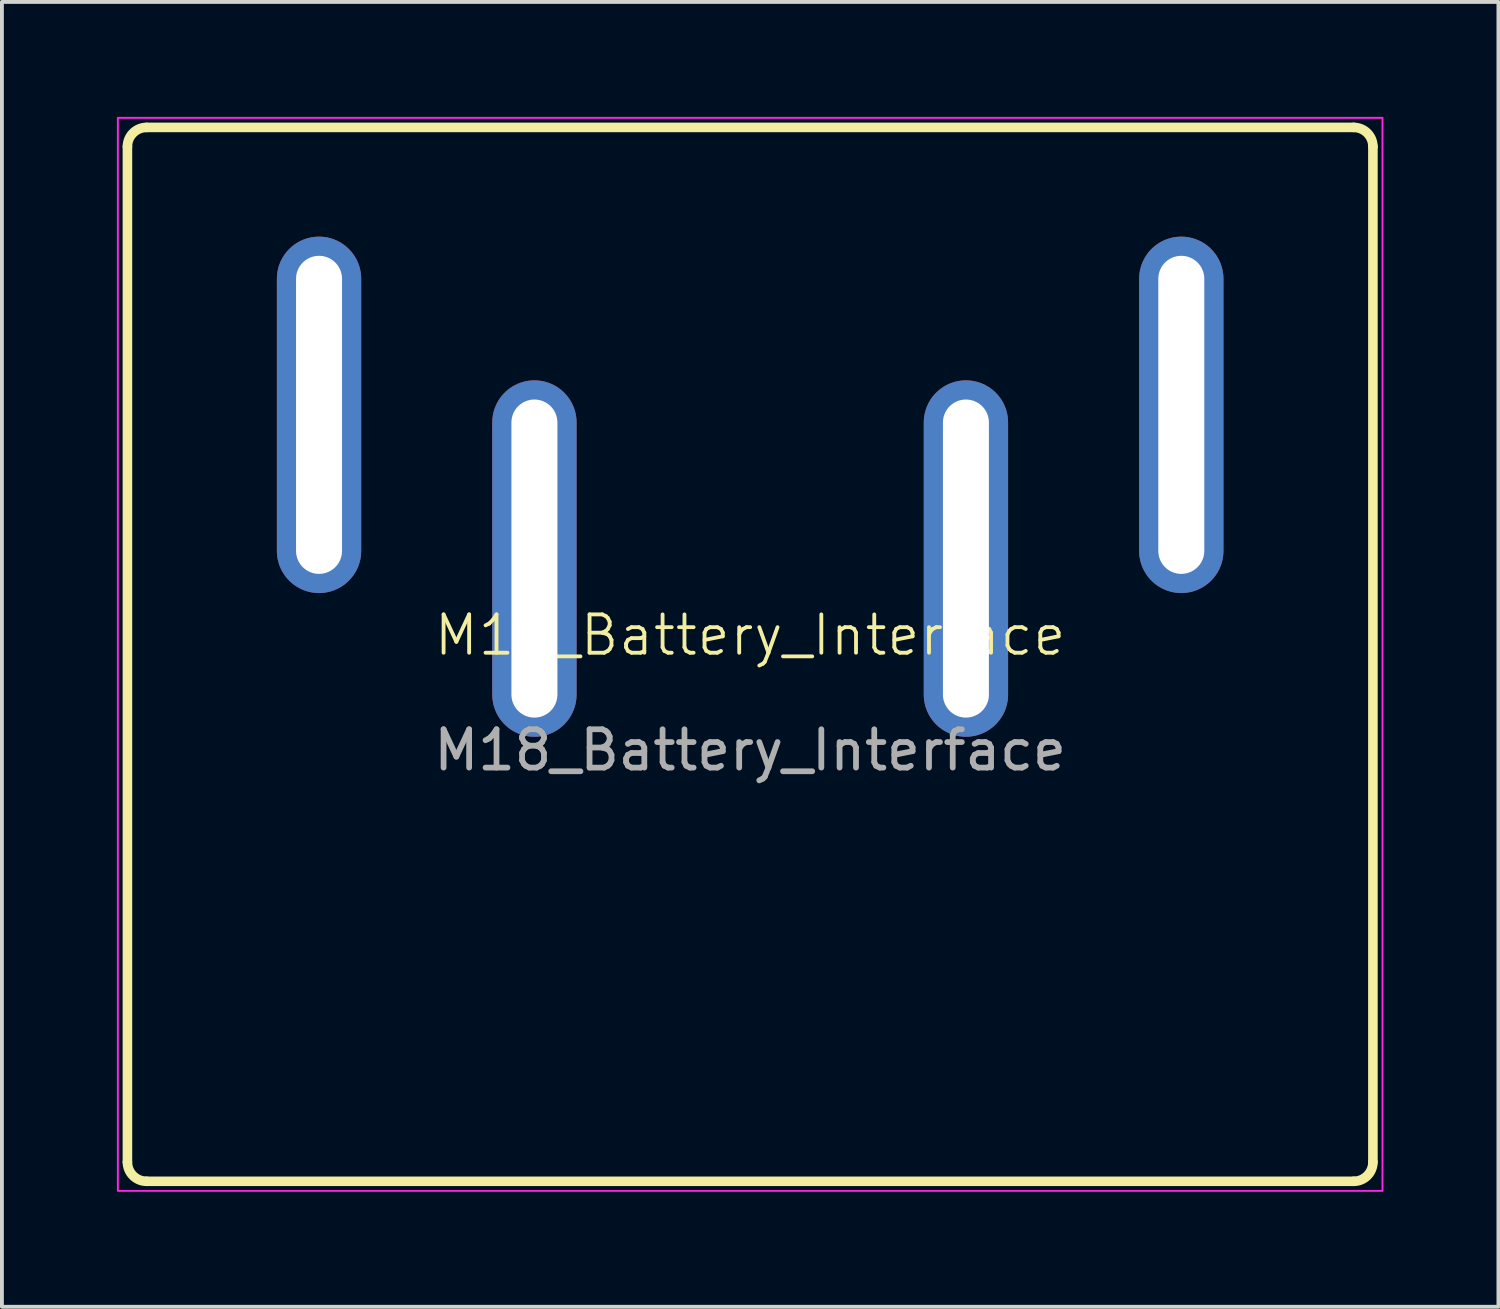
<source format=kicad_pcb>
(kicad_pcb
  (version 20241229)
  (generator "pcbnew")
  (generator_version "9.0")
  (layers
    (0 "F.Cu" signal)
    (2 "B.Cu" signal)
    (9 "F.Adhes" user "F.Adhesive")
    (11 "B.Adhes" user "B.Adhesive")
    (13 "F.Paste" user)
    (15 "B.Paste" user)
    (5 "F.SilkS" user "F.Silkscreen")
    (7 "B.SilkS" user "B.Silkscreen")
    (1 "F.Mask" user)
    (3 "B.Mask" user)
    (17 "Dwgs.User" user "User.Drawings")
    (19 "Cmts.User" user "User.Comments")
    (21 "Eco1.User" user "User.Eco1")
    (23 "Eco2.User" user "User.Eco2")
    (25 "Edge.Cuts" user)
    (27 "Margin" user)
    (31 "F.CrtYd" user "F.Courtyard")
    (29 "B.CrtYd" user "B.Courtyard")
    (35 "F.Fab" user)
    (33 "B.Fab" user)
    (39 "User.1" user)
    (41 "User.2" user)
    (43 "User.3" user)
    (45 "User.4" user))
  (footprint "M18_Battery_Interface"
    (layer "F.Cu")
    (at 16.525 14.025)
    (property "Reference" "M18_Battery_Interface" (at 0 -0.5 0) (unlocked yes) (layer "F.SilkS") (effects (font (size 1 1) (thickness 0.1))))
    (attr through_hole)
    (fp_line (start -16.25 13.25) (end -16.25 -13.25) (stroke (width 0.25) (type default)) (layer "F.SilkS"))
    (fp_line (start -15.75 -13.75) (end 15.75 -13.75) (stroke (width 0.25) (type default)) (layer "F.SilkS"))
    (fp_line (start 15.75 13.75) (end -15.75 13.75) (stroke (width 0.25) (type default)) (layer "F.SilkS"))
    (fp_line (start 16.25 -13.25) (end 16.25 13.25) (stroke (width 0.25) (type default)) (layer "F.SilkS"))
    (fp_arc (start -16.25 -13.25) (mid -16.103553 -13.603553) (end -15.75 -13.75) (stroke (width 0.25) (type default)) (layer "F.SilkS"))
    (fp_arc (start -15.75 13.75) (mid -16.103553 13.603553) (end -16.25 13.25) (stroke (width 0.25) (type default)) (layer "F.SilkS"))
    (fp_arc (start 15.75 -13.75) (mid 16.103553 -13.603553) (end 16.25 -13.25) (stroke (width 0.25) (type default)) (layer "F.SilkS"))
    (fp_arc (start 16.25 13.25) (mid 16.103553 13.603553) (end 15.75 13.75) (stroke (width 0.25) (type default)) (layer "F.SilkS"))
    (fp_rect (start -16.5 -14) (end 16.5 14) (stroke (width 0.05) (type default)) (fill no) (layer "F.CrtYd"))
    (fp_text user "${REFERENCE}" (at 0 2.5 0) (unlocked yes) (layer "F.Fab") (effects (font (size 1 1) (thickness 0.15))))
    (pad "1" thru_hole oval (at -11.25 -6.25) (size 2.2 9.3) (drill oval 1.2 8.3) (layers "*.Cu" "*.Mask"))
    (pad "2" thru_hole oval (at -5.63 -2.5) (size 2.2 9.3) (drill oval 1.2 8.3) (layers "*.Cu" "*.Mask"))
    (pad "4" thru_hole oval (at 5.63 -2.5) (size 2.2 9.3) (drill oval 1.2 8.3) (layers "*.Cu" "*.Mask"))
    (pad "5" thru_hole oval (at 11.25 -6.25) (size 2.2 9.3) (drill oval 1.2 8.3) (layers "*.Cu" "*.Mask")))
  (gr_rect
    (start -3 -3)
    (end 36.05 31.05)
    (stroke (width 0.1) (type default))
    (fill no)
    (layer "Edge.Cuts")))
</source>
